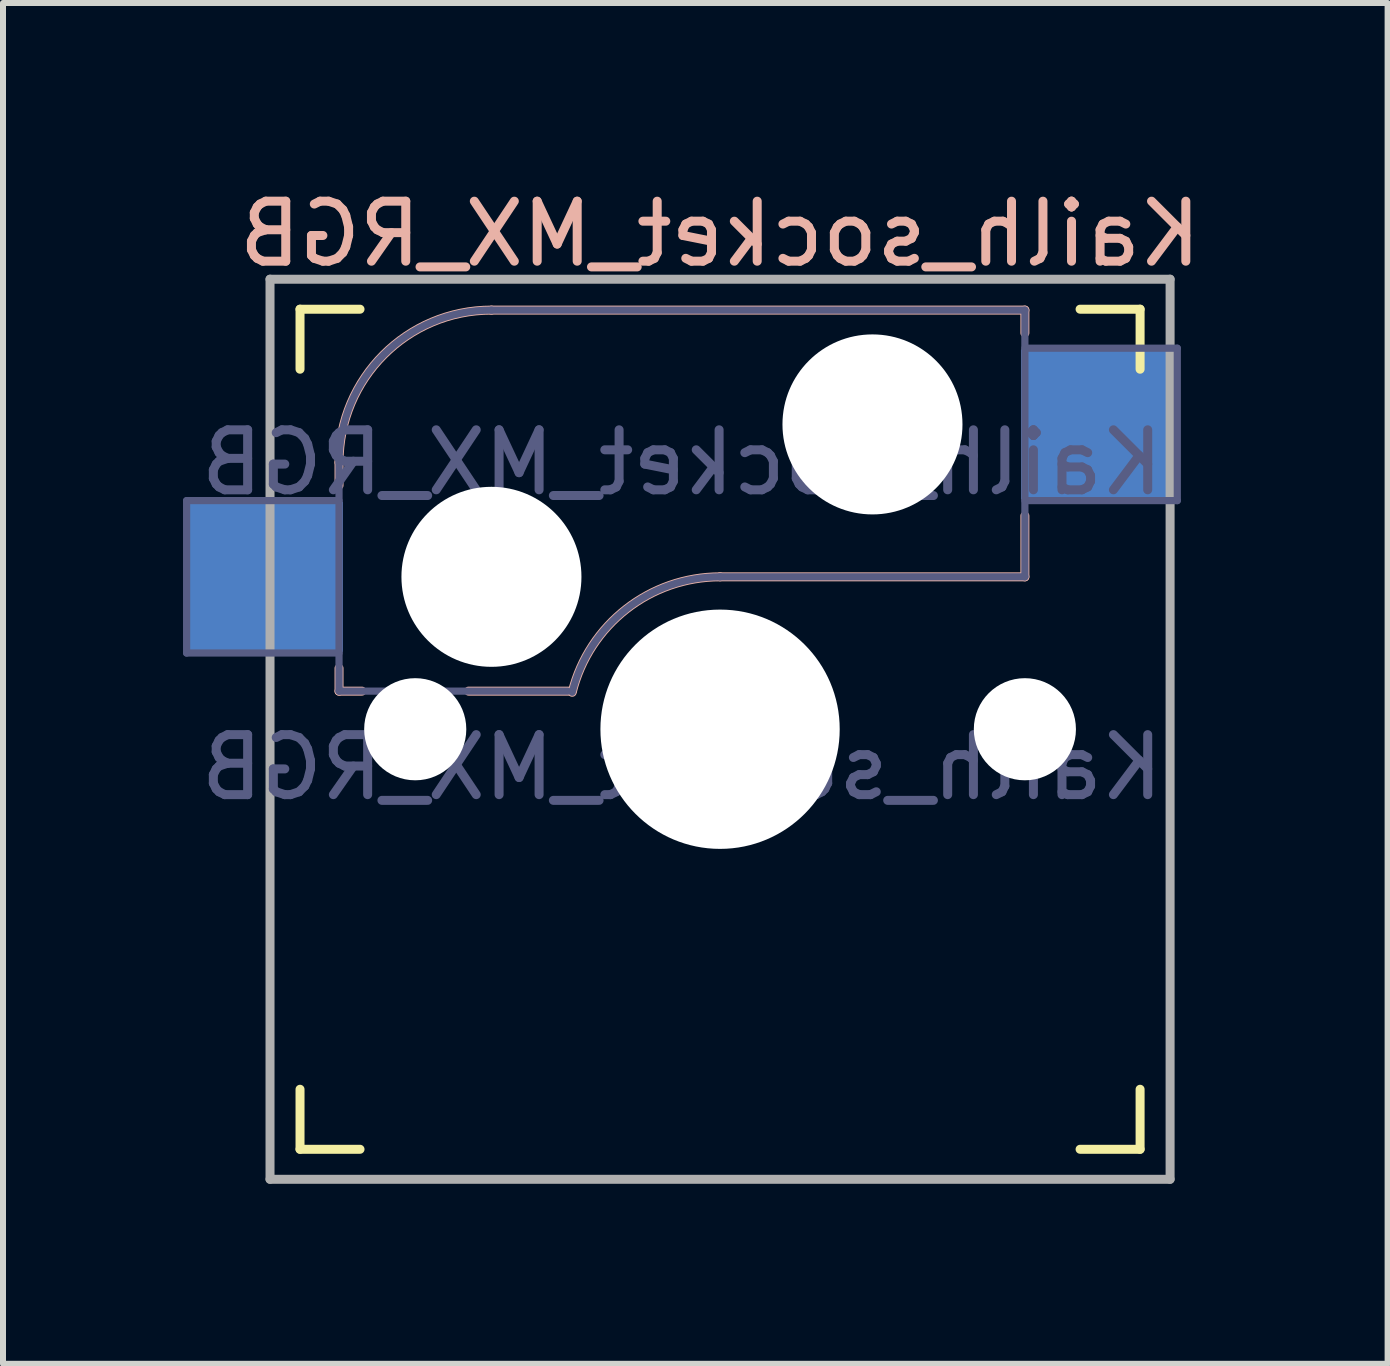
<source format=kicad_pcb>
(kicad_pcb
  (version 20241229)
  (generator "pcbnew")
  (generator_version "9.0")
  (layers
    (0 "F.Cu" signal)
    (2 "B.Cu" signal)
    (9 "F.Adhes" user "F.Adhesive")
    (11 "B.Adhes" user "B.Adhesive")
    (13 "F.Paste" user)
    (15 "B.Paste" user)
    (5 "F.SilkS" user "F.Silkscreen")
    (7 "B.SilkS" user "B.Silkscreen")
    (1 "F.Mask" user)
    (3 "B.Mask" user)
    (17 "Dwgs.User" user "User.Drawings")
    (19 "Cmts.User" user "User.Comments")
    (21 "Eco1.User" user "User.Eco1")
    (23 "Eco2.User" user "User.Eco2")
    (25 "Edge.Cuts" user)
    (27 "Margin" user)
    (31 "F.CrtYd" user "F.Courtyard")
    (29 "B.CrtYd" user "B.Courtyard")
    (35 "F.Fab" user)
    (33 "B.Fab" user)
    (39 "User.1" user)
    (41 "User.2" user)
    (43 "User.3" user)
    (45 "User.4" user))
  (footprint "Kailh_socket_MX_RGB"
    (layer "F.Cu")
    (at 8.95 9.103)
    (property "Reference" "Kailh_socket_MX_RGB" (at 0 -8.255 0) (layer "B.SilkS") (effects (font (size 1 1) (thickness 0.15)) (justify mirror)))
    (property "Value" "Kailh_socket_MX_RGB" (at 0 8.255 0) (layer "F.Fab") (hide yes) (effects (font (size 1 1) (thickness 0.15))))
    (attr smd)
    (fp_line (start -7 -6) (end -7 -7) (stroke (width 0.15) (type solid)) (layer "F.SilkS"))
    (fp_line (start -7 7) (end -7 6) (stroke (width 0.15) (type solid)) (layer "F.SilkS"))
    (fp_line (start -7 7) (end -6 7) (stroke (width 0.15) (type solid)) (layer "F.SilkS"))
    (fp_line (start -6 -7) (end -7 -7) (stroke (width 0.15) (type solid)) (layer "F.SilkS"))
    (fp_line (start 6 7) (end 7 7) (stroke (width 0.15) (type solid)) (layer "F.SilkS"))
    (fp_line (start 7 -7) (end 6 -7) (stroke (width 0.15) (type solid)) (layer "F.SilkS"))
    (fp_line (start 7 -7) (end 7 -6) (stroke (width 0.15) (type solid)) (layer "F.SilkS"))
    (fp_line (start 7 6) (end 7 7) (stroke (width 0.15) (type solid)) (layer "F.SilkS"))
    (fp_line (start -6.35 -4.445) (end -6.35 -4.064) (stroke (width 0.15) (type solid)) (layer "B.SilkS"))
    (fp_line (start -6.35 -1.016) (end -6.35 -0.635) (stroke (width 0.15) (type solid)) (layer "B.SilkS"))
    (fp_line (start -5.969 -0.635) (end -6.35 -0.635) (stroke (width 0.15) (type solid)) (layer "B.SilkS"))
    (fp_line (start -3.81 -6.985) (end 5.08 -6.985) (stroke (width 0.15) (type solid)) (layer "B.SilkS"))
    (fp_line (start -2.464 -0.635) (end -4.191 -0.635) (stroke (width 0.15) (type solid)) (layer "B.SilkS"))
    (fp_line (start 5.08 -6.985) (end 5.08 -6.604) (stroke (width 0.15) (type solid)) (layer "B.SilkS"))
    (fp_line (start 5.08 -3.556) (end 5.08 -2.54) (stroke (width 0.15) (type solid)) (layer "B.SilkS"))
    (fp_line (start 5.08 -2.54) (end 0 -2.54) (stroke (width 0.15) (type solid)) (layer "B.SilkS"))
    (fp_arc (start -6.35 -4.445) (mid -5.606051 -6.241051) (end -3.81 -6.985) (stroke (width 0.15) (type solid)) (layer "B.SilkS"))
    (fp_arc (start -2.464162 -0.61604) (mid -1.563147 -2.002042) (end 0 -2.54) (stroke (width 0.15) (type solid)) (layer "B.SilkS"))
    (fp_line (start -1.75 6.83) (end -1.75 3.33) (stroke (width 0.12) (type solid)) (layer "Eco1.User"))
    (fp_line (start -0.8 4.25) (end 0.8 4.25) (stroke (width 0.12) (type solid)) (layer "Eco1.User"))
    (fp_line (start -0.8 5.85) (end -0.8 4.25) (stroke (width 0.12) (type solid)) (layer "Eco1.User"))
    (fp_line (start 0.8 4.25) (end 0.8 5.85) (stroke (width 0.12) (type solid)) (layer "Eco1.User"))
    (fp_line (start 0.8 5.85) (end -0.8 5.85) (stroke (width 0.12) (type solid)) (layer "Eco1.User"))
    (fp_line (start 1.75 3.33) (end -1.75 3.33) (stroke (width 0.12) (type solid)) (layer "Eco1.User"))
    (fp_line (start 1.75 3.33) (end 1.75 6.83) (stroke (width 0.12) (type solid)) (layer "Eco1.User"))
    (fp_line (start 1.75 6.83) (end -1.75 6.83) (stroke (width 0.12) (type solid)) (layer "Eco1.User"))
    (fp_line (start -6.9 6.9) (end -6.9 -6.9) (stroke (width 0.15) (type solid)) (layer "Eco2.User"))
    (fp_line (start -6.9 6.9) (end 6.9 6.9) (stroke (width 0.15) (type solid)) (layer "Eco2.User"))
    (fp_line (start 6.9 -6.9) (end -6.9 -6.9) (stroke (width 0.15) (type solid)) (layer "Eco2.User"))
    (fp_line (start 6.9 -6.9) (end 6.9 6.9) (stroke (width 0.15) (type solid)) (layer "Eco2.User"))
    (fp_line (start -8.89 -3.81) (end -6.35 -3.81) (stroke (width 0.12) (type solid)) (layer "B.Fab"))
    (fp_line (start -8.89 -1.27) (end -8.89 -3.81) (stroke (width 0.12) (type solid)) (layer "B.Fab"))
    (fp_line (start -6.35 -1.27) (end -8.89 -1.27) (stroke (width 0.12) (type solid)) (layer "B.Fab"))
    (fp_line (start -6.35 -0.635) (end -6.35 -4.445) (stroke (width 0.12) (type solid)) (layer "B.Fab"))
    (fp_line (start -6.35 -0.635) (end -2.54 -0.635) (stroke (width 0.12) (type solid)) (layer "B.Fab"))
    (fp_line (start -3.81 -6.985) (end 5.08 -6.985) (stroke (width 0.12) (type solid)) (layer "B.Fab"))
    (fp_line (start 5.08 -6.985) (end 5.08 -2.54) (stroke (width 0.12) (type solid)) (layer "B.Fab"))
    (fp_line (start 5.08 -6.35) (end 7.62 -6.35) (stroke (width 0.12) (type solid)) (layer "B.Fab"))
    (fp_line (start 5.08 -2.54) (end 0 -2.54) (stroke (width 0.12) (type solid)) (layer "B.Fab"))
    (fp_line (start 7.62 -6.35) (end 7.62 -3.81) (stroke (width 0.12) (type solid)) (layer "B.Fab"))
    (fp_line (start 7.62 -3.81) (end 5.08 -3.81) (stroke (width 0.12) (type solid)) (layer "B.Fab"))
    (fp_arc (start -6.35 -4.445) (mid -5.606051 -6.241051) (end -3.81 -6.985) (stroke (width 0.12) (type solid)) (layer "B.Fab"))
    (fp_arc (start -2.464162 -0.61604) (mid -1.563147 -2.002042) (end 0 -2.54) (stroke (width 0.12) (type solid)) (layer "B.Fab"))
    (fp_line (start -7.5 -7.5) (end 7.5 -7.5) (stroke (width 0.15) (type solid)) (layer "F.Fab"))
    (fp_line (start -7.5 7.5) (end -7.5 -7.5) (stroke (width 0.15) (type solid)) (layer "F.Fab"))
    (fp_line (start 7.5 -7.5) (end 7.5 7.5) (stroke (width 0.15) (type solid)) (layer "F.Fab"))
    (fp_line (start 7.5 7.5) (end -7.5 7.5) (stroke (width 0.15) (type solid)) (layer "F.Fab"))
    (fp_text user "${VALUE}" (at -0.635 0.635 0) (layer "B.Fab") (effects (font (size 1 1) (thickness 0.15)) (justify mirror)))
    (fp_text user "${REFERENCE}" (at -0.635 -4.445 0) (layer "B.Fab") (effects (font (size 1 1) (thickness 0.15)) (justify mirror)))
    (pad "" np_thru_hole circle (at -5.08 0) (size 1.702 1.702) (drill 1.702) (layers "*.Cu" "*.Mask"))
    (pad "" np_thru_hole circle (at -3.81 -2.54) (size 3 3) (drill 3) (layers "*.Cu" "*.Mask"))
    (pad "" np_thru_hole circle (at 0 0) (size 3.988 3.988) (drill 3.988) (layers "*.Cu" "*.Mask"))
    (pad "" np_thru_hole circle (at 2.54 -5.08) (size 3 3) (drill 3) (layers "*.Cu" "*.Mask"))
    (pad "" np_thru_hole circle (at 5.08 0) (size 1.702 1.702) (drill 1.702) (layers "*.Cu" "*.Mask"))
    (pad "1" smd rect (at 6.29 -5.08) (size 2.55 2.5) (layers "B.Cu" "B.Mask" "B.Paste"))
    (pad "2" smd rect (at -7.56 -2.54) (size 2.55 2.5) (layers "B.Cu" "B.Mask" "B.Paste")))
  (gr_rect
    (start -3 -3)
    (end 20.075 19.678)
    (stroke (width 0.1) (type default))
    (fill no)
    (layer "Edge.Cuts")))
</source>
